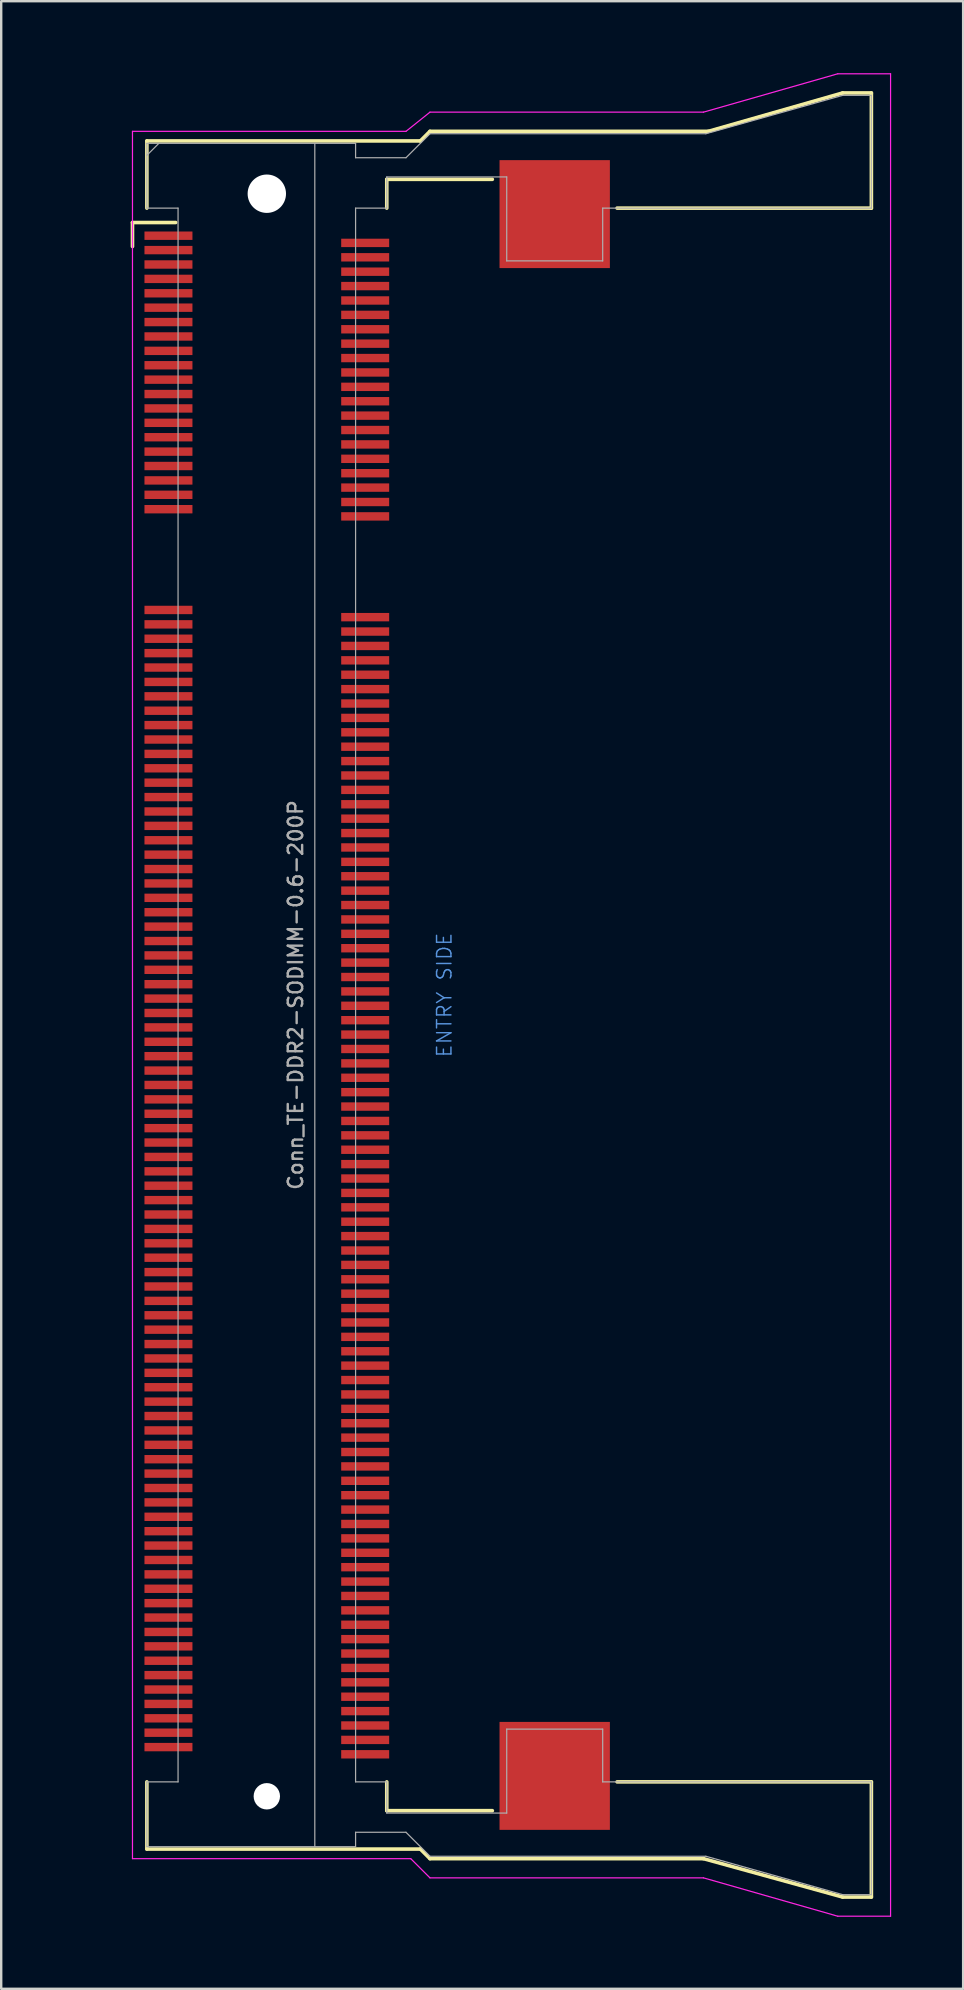
<source format=kicad_pcb>
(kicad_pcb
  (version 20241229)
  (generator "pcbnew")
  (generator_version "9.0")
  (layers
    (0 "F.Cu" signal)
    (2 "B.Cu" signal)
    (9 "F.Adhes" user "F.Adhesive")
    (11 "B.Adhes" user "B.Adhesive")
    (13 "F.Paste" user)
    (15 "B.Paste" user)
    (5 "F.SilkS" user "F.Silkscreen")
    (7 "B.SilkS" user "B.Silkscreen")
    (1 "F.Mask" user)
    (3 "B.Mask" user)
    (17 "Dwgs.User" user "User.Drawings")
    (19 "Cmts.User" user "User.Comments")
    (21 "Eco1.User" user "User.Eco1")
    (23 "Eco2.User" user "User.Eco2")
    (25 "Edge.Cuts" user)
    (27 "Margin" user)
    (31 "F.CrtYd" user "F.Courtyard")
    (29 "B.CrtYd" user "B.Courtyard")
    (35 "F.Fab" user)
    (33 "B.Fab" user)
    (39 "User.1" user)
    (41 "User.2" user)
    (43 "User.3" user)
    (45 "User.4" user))
  (footprint "Conn_TE-DDR2-SODIMM-0.6-200P"
    (layer "F.Cu")
    (at 8.072 38.425)
    (property "Reference" "Conn_TE-DDR2-SODIMM-0.6-200P" (at 1.2 0 90) (layer "F.Fab") (effects (font (size 0.6 0.6) (thickness 0.1))))
    (attr through_hole)
    (fp_line (start -5.6 -32.2) (end -3.8 -32.2) (stroke (width 0.15) (type solid)) (layer "F.SilkS"))
    (fp_line (start -5.6 -31.2) (end -5.6 -32.2) (stroke (width 0.15) (type solid)) (layer "F.SilkS"))
    (fp_line (start -5 -35.6) (end 6.4 -35.6) (stroke (width 0.15) (type solid)) (layer "F.SilkS"))
    (fp_line (start -5 -32.8) (end -5 -35.6) (stroke (width 0.15) (type solid)) (layer "F.SilkS"))
    (fp_line (start -5 32.8) (end -5 35.6) (stroke (width 0.15) (type solid)) (layer "F.SilkS"))
    (fp_line (start -5 35.6) (end 6.4 35.6) (stroke (width 0.15) (type solid)) (layer "F.SilkS"))
    (fp_line (start 5 -34) (end 9.4 -34) (stroke (width 0.15) (type solid)) (layer "F.SilkS"))
    (fp_line (start 5 -32.8) (end 5 -34) (stroke (width 0.15) (type solid)) (layer "F.SilkS"))
    (fp_line (start 5 34) (end 5 32.8) (stroke (width 0.15) (type solid)) (layer "F.SilkS"))
    (fp_line (start 6.4 -35.6) (end 6.8 -36) (stroke (width 0.15) (type solid)) (layer "F.SilkS"))
    (fp_line (start 6.4 35.6) (end 6.8 36) (stroke (width 0.15) (type solid)) (layer "F.SilkS"))
    (fp_line (start 6.8 -36) (end 18.4 -36) (stroke (width 0.15) (type solid)) (layer "F.SilkS"))
    (fp_line (start 6.8 36) (end 18.2 36) (stroke (width 0.15) (type solid)) (layer "F.SilkS"))
    (fp_line (start 9.4 34) (end 5 34) (stroke (width 0.15) (type solid)) (layer "F.SilkS"))
    (fp_line (start 14.6 -32.8) (end 25.2 -32.8) (stroke (width 0.15) (type solid)) (layer "F.SilkS"))
    (fp_line (start 14.6 32.8) (end 25.2 32.8) (stroke (width 0.15) (type solid)) (layer "F.SilkS"))
    (fp_line (start 18.2 36) (end 24 37.6) (stroke (width 0.15) (type solid)) (layer "F.SilkS"))
    (fp_line (start 18.4 -36) (end 24 -37.6) (stroke (width 0.15) (type solid)) (layer "F.SilkS"))
    (fp_line (start 24 -37.6) (end 25.2 -37.6) (stroke (width 0.15) (type solid)) (layer "F.SilkS"))
    (fp_line (start 24 37.6) (end 25.2 37.6) (stroke (width 0.15) (type solid)) (layer "F.SilkS"))
    (fp_line (start 25.2 -37.6) (end 25.2 -32.8) (stroke (width 0.15) (type solid)) (layer "F.SilkS"))
    (fp_line (start 25.2 37.6) (end 25.2 32.8) (stroke (width 0.15) (type solid)) (layer "F.SilkS"))
    (fp_line (start -5.6 -36) (end -5.6 36) (stroke (width 0.05) (type solid)) (layer "F.CrtYd"))
    (fp_line (start -5.6 -36) (end 5.8 -36) (stroke (width 0.05) (type solid)) (layer "F.CrtYd"))
    (fp_line (start -5.6 36) (end 6 36) (stroke (width 0.05) (type solid)) (layer "F.CrtYd"))
    (fp_line (start 6 36) (end 6.8 36.8) (stroke (width 0.05) (type solid)) (layer "F.CrtYd"))
    (fp_line (start 6.8 -36.8) (end 5.8 -36) (stroke (width 0.05) (type solid)) (layer "F.CrtYd"))
    (fp_line (start 6.8 36.8) (end 18.2 36.8) (stroke (width 0.05) (type solid)) (layer "F.CrtYd"))
    (fp_line (start 18.2 -36.8) (end 6.8 -36.8) (stroke (width 0.05) (type solid)) (layer "F.CrtYd"))
    (fp_line (start 18.2 36.8) (end 23.8 38.4) (stroke (width 0.05) (type solid)) (layer "F.CrtYd"))
    (fp_line (start 23.8 -38.4) (end 18.2 -36.8) (stroke (width 0.05) (type solid)) (layer "F.CrtYd"))
    (fp_line (start 23.8 38.4) (end 26 38.4) (stroke (width 0.05) (type solid)) (layer "F.CrtYd"))
    (fp_line (start 26 -38.4) (end 23.8 -38.4) (stroke (width 0.05) (type solid)) (layer "F.CrtYd"))
    (fp_line (start 26 38.4) (end 26 -38.4) (stroke (width 0.05) (type solid)) (layer "F.CrtYd"))
    (fp_line (start -5 -35.5) (end -5 -32.8) (stroke (width 0.05) (type solid)) (layer "F.Fab"))
    (fp_line (start -5 -35.5) (end 2 -35.5) (stroke (width 0.05) (type solid)) (layer "F.Fab"))
    (fp_line (start -5 -35) (end -4.5 -35.5) (stroke (width 0.05) (type solid)) (layer "F.Fab"))
    (fp_line (start -5 -32.8) (end -3.7 -32.8) (stroke (width 0.05) (type solid)) (layer "F.Fab"))
    (fp_line (start -5 32.8) (end -3.7 32.8) (stroke (width 0.05) (type solid)) (layer "F.Fab"))
    (fp_line (start -5 35.5) (end -5 32.8) (stroke (width 0.05) (type solid)) (layer "F.Fab"))
    (fp_line (start -3.7 32.8) (end -3.7 -32.8) (stroke (width 0.05) (type solid)) (layer "F.Fab"))
    (fp_line (start 2 -35.5) (end 2 35.5) (stroke (width 0.05) (type solid)) (layer "F.Fab"))
    (fp_line (start 2 35.5) (end -5 35.5) (stroke (width 0.05) (type solid)) (layer "F.Fab"))
    (fp_line (start 3.7 -35.5) (end 2 -35.5) (stroke (width 0.05) (type solid)) (layer "F.Fab"))
    (fp_line (start 3.7 -35.5) (end 3.7 -34.9) (stroke (width 0.05) (type solid)) (layer "F.Fab"))
    (fp_line (start 3.7 -32.8) (end 3.7 32.8) (stroke (width 0.05) (type solid)) (layer "F.Fab"))
    (fp_line (start 3.7 -32.8) (end 5 -32.8) (stroke (width 0.05) (type solid)) (layer "F.Fab"))
    (fp_line (start 3.7 34.9) (end 3.7 35.5) (stroke (width 0.05) (type solid)) (layer "F.Fab"))
    (fp_line (start 3.7 34.9) (end 5.8 34.9) (stroke (width 0.05) (type solid)) (layer "F.Fab"))
    (fp_line (start 3.7 35.5) (end 2 35.5) (stroke (width 0.05) (type solid)) (layer "F.Fab"))
    (fp_line (start 5 -34.1) (end 10 -34.1) (stroke (width 0.05) (type solid)) (layer "F.Fab"))
    (fp_line (start 5 -32.8) (end 5 -34.1) (stroke (width 0.05) (type solid)) (layer "F.Fab"))
    (fp_line (start 5 32.8) (end 3.7 32.8) (stroke (width 0.05) (type solid)) (layer "F.Fab"))
    (fp_line (start 5 34.1) (end 5 32.8) (stroke (width 0.05) (type solid)) (layer "F.Fab"))
    (fp_line (start 5 34.1) (end 10 34.1) (stroke (width 0.05) (type solid)) (layer "F.Fab"))
    (fp_line (start 5.8 -34.9) (end 3.7 -34.9) (stroke (width 0.05) (type solid)) (layer "F.Fab"))
    (fp_line (start 5.8 -34.9) (end 6.8 -35.9) (stroke (width 0.05) (type solid)) (layer "F.Fab"))
    (fp_line (start 5.8 34.9) (end 6.8 35.9) (stroke (width 0.05) (type solid)) (layer "F.Fab"))
    (fp_line (start 6.8 -35.9) (end 18.3 -35.9) (stroke (width 0.05) (type solid)) (layer "F.Fab"))
    (fp_line (start 10 -34.1) (end 10 -30.6) (stroke (width 0.05) (type solid)) (layer "F.Fab"))
    (fp_line (start 10 -30.6) (end 14 -30.6) (stroke (width 0.05) (type solid)) (layer "F.Fab"))
    (fp_line (start 10 30.6) (end 14 30.6) (stroke (width 0.05) (type solid)) (layer "F.Fab"))
    (fp_line (start 10 34.1) (end 10 30.6) (stroke (width 0.05) (type solid)) (layer "F.Fab"))
    (fp_line (start 14 -32.8) (end 25.2 -32.8) (stroke (width 0.05) (type solid)) (layer "F.Fab"))
    (fp_line (start 14 -30.6) (end 14 -32.8) (stroke (width 0.05) (type solid)) (layer "F.Fab"))
    (fp_line (start 14 30.6) (end 14 32.8) (stroke (width 0.05) (type solid)) (layer "F.Fab"))
    (fp_line (start 14 32.8) (end 25.2 32.8) (stroke (width 0.05) (type solid)) (layer "F.Fab"))
    (fp_line (start 18.3 35.9) (end 6.8 35.9) (stroke (width 0.05) (type solid)) (layer "F.Fab"))
    (fp_line (start 18.3 35.9) (end 24 37.5) (stroke (width 0.05) (type solid)) (layer "F.Fab"))
    (fp_line (start 24 -37.5) (end 18.3 -35.9) (stroke (width 0.05) (type solid)) (layer "F.Fab"))
    (fp_line (start 25.2 -37.5) (end 24 -37.5) (stroke (width 0.05) (type solid)) (layer "F.Fab"))
    (fp_line (start 25.2 -32.8) (end 25.2 -37.5) (stroke (width 0.05) (type solid)) (layer "F.Fab"))
    (fp_line (start 25.2 37.5) (end 24 37.5) (stroke (width 0.05) (type solid)) (layer "F.Fab"))
    (fp_line (start 25.2 37.5) (end 25.2 32.8) (stroke (width 0.05) (type solid)) (layer "F.Fab"))
    (fp_text user "ENTRY SIDE" (at 7.4 0 90) (layer "Cmts.User") (effects (font (size 0.6 0.6) (thickness 0.06))))
    (fp_text user "${REFERENCE}" (at -4 -35 0) (layer "Eco1.User") (effects (font (size 0.3 0.3) (thickness 0.03))))
    (pad "" np_thru_hole circle (at 0 -33.4) (size 1.6 1.6) (drill 1.6) (layers "*.Cu"))
    (pad "" np_thru_hole circle (at 0 33.4) (size 1.1 1.1) (drill 1.1) (layers "*.Cu"))
    (pad "" smd rect (at 12 -32.55) (size 4.6 4.5) (layers "F.Cu" "F.Mask" "F.Paste"))
    (pad "" smd rect (at 12 32.55) (size 4.6 4.5) (layers "F.Cu" "F.Mask" "F.Paste"))
    (pad "1" smd rect (at -4.1 -31.65) (size 2 0.35) (layers "F.Cu" "F.Mask" "F.Paste"))
    (pad "2" smd rect (at 4.1 -31.35) (size 2 0.35) (layers "F.Cu" "F.Mask" "F.Paste"))
    (pad "3" smd rect (at -4.1 -31.05) (size 2 0.35) (layers "F.Cu" "F.Mask" "F.Paste"))
    (pad "4" smd rect (at 4.1 -30.75) (size 2 0.35) (layers "F.Cu" "F.Mask" "F.Paste"))
    (pad "5" smd rect (at -4.1 -30.45) (size 2 0.35) (layers "F.Cu" "F.Mask" "F.Paste"))
    (pad "6" smd rect (at 4.1 -30.15) (size 2 0.35) (layers "F.Cu" "F.Mask" "F.Paste"))
    (pad "7" smd rect (at -4.1 -29.85) (size 2 0.35) (layers "F.Cu" "F.Mask" "F.Paste"))
    (pad "8" smd rect (at 4.1 -29.55) (size 2 0.35) (layers "F.Cu" "F.Mask" "F.Paste"))
    (pad "9" smd rect (at -4.1 -29.25) (size 2 0.35) (layers "F.Cu" "F.Mask" "F.Paste"))
    (pad "10" smd rect (at 4.1 -28.95) (size 2 0.35) (layers "F.Cu" "F.Mask" "F.Paste"))
    (pad "11" smd rect (at -4.1 -28.65) (size 2 0.35) (layers "F.Cu" "F.Mask" "F.Paste"))
    (pad "12" smd rect (at 4.1 -28.35) (size 2 0.35) (layers "F.Cu" "F.Mask" "F.Paste"))
    (pad "13" smd rect (at -4.1 -28.05) (size 2 0.35) (layers "F.Cu" "F.Mask" "F.Paste"))
    (pad "14" smd rect (at 4.1 -27.75) (size 2 0.35) (layers "F.Cu" "F.Mask" "F.Paste"))
    (pad "15" smd rect (at -4.1 -27.45) (size 2 0.35) (layers "F.Cu" "F.Mask" "F.Paste"))
    (pad "16" smd rect (at 4.1 -27.15) (size 2 0.35) (layers "F.Cu" "F.Mask" "F.Paste"))
    (pad "17" smd rect (at -4.1 -26.85) (size 2 0.35) (layers "F.Cu" "F.Mask" "F.Paste"))
    (pad "18" smd rect (at 4.1 -26.55) (size 2 0.35) (layers "F.Cu" "F.Mask" "F.Paste"))
    (pad "19" smd rect (at -4.1 -26.25) (size 2 0.35) (layers "F.Cu" "F.Mask" "F.Paste"))
    (pad "20" smd rect (at 4.1 -25.95) (size 2 0.35) (layers "F.Cu" "F.Mask" "F.Paste"))
    (pad "21" smd rect (at -4.1 -25.65) (size 2 0.35) (layers "F.Cu" "F.Mask" "F.Paste"))
    (pad "22" smd rect (at 4.1 -25.35) (size 2 0.35) (layers "F.Cu" "F.Mask" "F.Paste"))
    (pad "23" smd rect (at -4.1 -25.05) (size 2 0.35) (layers "F.Cu" "F.Mask" "F.Paste"))
    (pad "24" smd rect (at 4.1 -24.75) (size 2 0.35) (layers "F.Cu" "F.Mask" "F.Paste"))
    (pad "25" smd rect (at -4.1 -24.45) (size 2 0.35) (layers "F.Cu" "F.Mask" "F.Paste"))
    (pad "26" smd rect (at 4.1 -24.15) (size 2 0.35) (layers "F.Cu" "F.Mask" "F.Paste"))
    (pad "27" smd rect (at -4.1 -23.85) (size 2 0.35) (layers "F.Cu" "F.Mask" "F.Paste"))
    (pad "28" smd rect (at 4.1 -23.55) (size 2 0.35) (layers "F.Cu" "F.Mask" "F.Paste"))
    (pad "29" smd rect (at -4.1 -23.25) (size 2 0.35) (layers "F.Cu" "F.Mask" "F.Paste"))
    (pad "30" smd rect (at 4.1 -22.95) (size 2 0.35) (layers "F.Cu" "F.Mask" "F.Paste"))
    (pad "31" smd rect (at -4.1 -22.65) (size 2 0.35) (layers "F.Cu" "F.Mask" "F.Paste"))
    (pad "32" smd rect (at 4.1 -22.35) (size 2 0.35) (layers "F.Cu" "F.Mask" "F.Paste"))
    (pad "33" smd rect (at -4.1 -22.05) (size 2 0.35) (layers "F.Cu" "F.Mask" "F.Paste"))
    (pad "34" smd rect (at 4.1 -21.75) (size 2 0.35) (layers "F.Cu" "F.Mask" "F.Paste"))
    (pad "35" smd rect (at -4.1 -21.45) (size 2 0.35) (layers "F.Cu" "F.Mask" "F.Paste"))
    (pad "36" smd rect (at 4.1 -21.15) (size 2 0.35) (layers "F.Cu" "F.Mask" "F.Paste"))
    (pad "37" smd rect (at -4.1 -20.85) (size 2 0.35) (layers "F.Cu" "F.Mask" "F.Paste"))
    (pad "38" smd rect (at 4.1 -20.55) (size 2 0.35) (layers "F.Cu" "F.Mask" "F.Paste"))
    (pad "39" smd rect (at -4.1 -20.25) (size 2 0.35) (layers "F.Cu" "F.Mask" "F.Paste"))
    (pad "40" smd rect (at 4.1 -19.95) (size 2 0.35) (layers "F.Cu" "F.Mask" "F.Paste"))
    (pad "41" smd rect (at -4.1 -16.05) (size 2 0.35) (layers "F.Cu" "F.Mask" "F.Paste"))
    (pad "42" smd rect (at 4.1 -15.75) (size 2 0.35) (layers "F.Cu" "F.Mask" "F.Paste"))
    (pad "43" smd rect (at -4.1 -15.45) (size 2 0.35) (layers "F.Cu" "F.Mask" "F.Paste"))
    (pad "44" smd rect (at 4.1 -15.15) (size 2 0.35) (layers "F.Cu" "F.Mask" "F.Paste"))
    (pad "45" smd rect (at -4.1 -14.85) (size 2 0.35) (layers "F.Cu" "F.Mask" "F.Paste"))
    (pad "46" smd rect (at 4.1 -14.55) (size 2 0.35) (layers "F.Cu" "F.Mask" "F.Paste"))
    (pad "47" smd rect (at -4.1 -14.25) (size 2 0.35) (layers "F.Cu" "F.Mask" "F.Paste"))
    (pad "48" smd rect (at 4.1 -13.95) (size 2 0.35) (layers "F.Cu" "F.Mask" "F.Paste"))
    (pad "49" smd rect (at -4.1 -13.65) (size 2 0.35) (layers "F.Cu" "F.Mask" "F.Paste"))
    (pad "50" smd rect (at 4.1 -13.35) (size 2 0.35) (layers "F.Cu" "F.Mask" "F.Paste"))
    (pad "51" smd rect (at -4.1 -13.05) (size 2 0.35) (layers "F.Cu" "F.Mask" "F.Paste"))
    (pad "52" smd rect (at 4.1 -12.75) (size 2 0.35) (layers "F.Cu" "F.Mask" "F.Paste"))
    (pad "53" smd rect (at -4.1 -12.45) (size 2 0.35) (layers "F.Cu" "F.Mask" "F.Paste"))
    (pad "54" smd rect (at 4.1 -12.15) (size 2 0.35) (layers "F.Cu" "F.Mask" "F.Paste"))
    (pad "55" smd rect (at -4.1 -11.85) (size 2 0.35) (layers "F.Cu" "F.Mask" "F.Paste"))
    (pad "56" smd rect (at 4.1 -11.55) (size 2 0.35) (layers "F.Cu" "F.Mask" "F.Paste"))
    (pad "57" smd rect (at -4.1 -11.25) (size 2 0.35) (layers "F.Cu" "F.Mask" "F.Paste"))
    (pad "58" smd rect (at 4.1 -10.95) (size 2 0.35) (layers "F.Cu" "F.Mask" "F.Paste"))
    (pad "59" smd rect (at -4.1 -10.65) (size 2 0.35) (layers "F.Cu" "F.Mask" "F.Paste"))
    (pad "60" smd rect (at 4.1 -10.35) (size 2 0.35) (layers "F.Cu" "F.Mask" "F.Paste"))
    (pad "61" smd rect (at -4.1 -10.05) (size 2 0.35) (layers "F.Cu" "F.Mask" "F.Paste"))
    (pad "62" smd rect (at 4.1 -9.75) (size 2 0.35) (layers "F.Cu" "F.Mask" "F.Paste"))
    (pad "63" smd rect (at -4.1 -9.45) (size 2 0.35) (layers "F.Cu" "F.Mask" "F.Paste"))
    (pad "64" smd rect (at 4.1 -9.15) (size 2 0.35) (layers "F.Cu" "F.Mask" "F.Paste"))
    (pad "65" smd rect (at -4.1 -8.85) (size 2 0.35) (layers "F.Cu" "F.Mask" "F.Paste"))
    (pad "66" smd rect (at 4.1 -8.55) (size 2 0.35) (layers "F.Cu" "F.Mask" "F.Paste"))
    (pad "67" smd rect (at -4.1 -8.25) (size 2 0.35) (layers "F.Cu" "F.Mask" "F.Paste"))
    (pad "68" smd rect (at 4.1 -7.95) (size 2 0.35) (layers "F.Cu" "F.Mask" "F.Paste"))
    (pad "69" smd rect (at -4.1 -7.65) (size 2 0.35) (layers "F.Cu" "F.Mask" "F.Paste"))
    (pad "70" smd rect (at 4.1 -7.35) (size 2 0.35) (layers "F.Cu" "F.Mask" "F.Paste"))
    (pad "71" smd rect (at -4.1 -7.05) (size 2 0.35) (layers "F.Cu" "F.Mask" "F.Paste"))
    (pad "72" smd rect (at 4.1 -6.75) (size 2 0.35) (layers "F.Cu" "F.Mask" "F.Paste"))
    (pad "73" smd rect (at -4.1 -6.45) (size 2 0.35) (layers "F.Cu" "F.Mask" "F.Paste"))
    (pad "74" smd rect (at 4.1 -6.15) (size 2 0.35) (layers "F.Cu" "F.Mask" "F.Paste"))
    (pad "75" smd rect (at -4.1 -5.85) (size 2 0.35) (layers "F.Cu" "F.Mask" "F.Paste"))
    (pad "76" smd rect (at 4.1 -5.55) (size 2 0.35) (layers "F.Cu" "F.Mask" "F.Paste"))
    (pad "77" smd rect (at -4.1 -5.25) (size 2 0.35) (layers "F.Cu" "F.Mask" "F.Paste"))
    (pad "78" smd rect (at 4.1 -4.95) (size 2 0.35) (layers "F.Cu" "F.Mask" "F.Paste"))
    (pad "79" smd rect (at -4.1 -4.65) (size 2 0.35) (layers "F.Cu" "F.Mask" "F.Paste"))
    (pad "80" smd rect (at 4.1 -4.35) (size 2 0.35) (layers "F.Cu" "F.Mask" "F.Paste"))
    (pad "81" smd rect (at -4.1 -4.05) (size 2 0.35) (layers "F.Cu" "F.Mask" "F.Paste"))
    (pad "82" smd rect (at 4.1 -3.75) (size 2 0.35) (layers "F.Cu" "F.Mask" "F.Paste"))
    (pad "83" smd rect (at -4.1 -3.45) (size 2 0.35) (layers "F.Cu" "F.Mask" "F.Paste"))
    (pad "84" smd rect (at 4.1 -3.15) (size 2 0.35) (layers "F.Cu" "F.Mask" "F.Paste"))
    (pad "85" smd rect (at -4.1 -2.85) (size 2 0.35) (layers "F.Cu" "F.Mask" "F.Paste"))
    (pad "86" smd rect (at 4.1 -2.55) (size 2 0.35) (layers "F.Cu" "F.Mask" "F.Paste"))
    (pad "87" smd rect (at -4.1 -2.25) (size 2 0.35) (layers "F.Cu" "F.Mask" "F.Paste"))
    (pad "88" smd rect (at 4.1 -1.95) (size 2 0.35) (layers "F.Cu" "F.Mask" "F.Paste"))
    (pad "89" smd rect (at -4.1 -1.65) (size 2 0.35) (layers "F.Cu" "F.Mask" "F.Paste"))
    (pad "90" smd rect (at 4.1 -1.35) (size 2 0.35) (layers "F.Cu" "F.Mask" "F.Paste"))
    (pad "91" smd rect (at -4.1 -1.05) (size 2 0.35) (layers "F.Cu" "F.Mask" "F.Paste"))
    (pad "92" smd rect (at 4.1 -0.75) (size 2 0.35) (layers "F.Cu" "F.Mask" "F.Paste"))
    (pad "93" smd rect (at -4.1 -0.45) (size 2 0.35) (layers "F.Cu" "F.Mask" "F.Paste"))
    (pad "94" smd rect (at 4.1 -0.15) (size 2 0.35) (layers "F.Cu" "F.Mask" "F.Paste"))
    (pad "95" smd rect (at -4.1 0.15) (size 2 0.35) (layers "F.Cu" "F.Mask" "F.Paste"))
    (pad "96" smd rect (at 4.1 0.45) (size 2 0.35) (layers "F.Cu" "F.Mask" "F.Paste"))
    (pad "97" smd rect (at -4.1 0.75) (size 2 0.35) (layers "F.Cu" "F.Mask" "F.Paste"))
    (pad "98" smd rect (at 4.1 1.05) (size 2 0.35) (layers "F.Cu" "F.Mask" "F.Paste"))
    (pad "99" smd rect (at -4.1 1.35) (size 2 0.35) (layers "F.Cu" "F.Mask" "F.Paste"))
    (pad "100" smd rect (at 4.1 1.65) (size 2 0.35) (layers "F.Cu" "F.Mask" "F.Paste"))
    (pad "101" smd rect (at -4.1 1.95) (size 2 0.35) (layers "F.Cu" "F.Mask" "F.Paste"))
    (pad "102" smd rect (at 4.1 2.25) (size 2 0.35) (layers "F.Cu" "F.Mask" "F.Paste"))
    (pad "103" smd rect (at -4.1 2.55) (size 2 0.35) (layers "F.Cu" "F.Mask" "F.Paste"))
    (pad "104" smd rect (at 4.1 2.85) (size 2 0.35) (layers "F.Cu" "F.Mask" "F.Paste"))
    (pad "105" smd rect (at -4.1 3.15) (size 2 0.35) (layers "F.Cu" "F.Mask" "F.Paste"))
    (pad "106" smd rect (at 4.1 3.45) (size 2 0.35) (layers "F.Cu" "F.Mask" "F.Paste"))
    (pad "107" smd rect (at -4.1 3.75) (size 2 0.35) (layers "F.Cu" "F.Mask" "F.Paste"))
    (pad "108" smd rect (at 4.1 4.05) (size 2 0.35) (layers "F.Cu" "F.Mask" "F.Paste"))
    (pad "109" smd rect (at -4.1 4.35) (size 2 0.35) (layers "F.Cu" "F.Mask" "F.Paste"))
    (pad "110" smd rect (at 4.1 4.65) (size 2 0.35) (layers "F.Cu" "F.Mask" "F.Paste"))
    (pad "111" smd rect (at -4.1 4.95) (size 2 0.35) (layers "F.Cu" "F.Mask" "F.Paste"))
    (pad "112" smd rect (at 4.1 5.25) (size 2 0.35) (layers "F.Cu" "F.Mask" "F.Paste"))
    (pad "113" smd rect (at -4.1 5.55) (size 2 0.35) (layers "F.Cu" "F.Mask" "F.Paste"))
    (pad "114" smd rect (at 4.1 5.85) (size 2 0.35) (layers "F.Cu" "F.Mask" "F.Paste"))
    (pad "115" smd rect (at -4.1 6.15) (size 2 0.35) (layers "F.Cu" "F.Mask" "F.Paste"))
    (pad "116" smd rect (at 4.1 6.45) (size 2 0.35) (layers "F.Cu" "F.Mask" "F.Paste"))
    (pad "117" smd rect (at -4.1 6.75) (size 2 0.35) (layers "F.Cu" "F.Mask" "F.Paste"))
    (pad "118" smd rect (at 4.1 7.05) (size 2 0.35) (layers "F.Cu" "F.Mask" "F.Paste"))
    (pad "119" smd rect (at -4.1 7.35) (size 2 0.35) (layers "F.Cu" "F.Mask" "F.Paste"))
    (pad "120" smd rect (at 4.1 7.65) (size 2 0.35) (layers "F.Cu" "F.Mask" "F.Paste"))
    (pad "121" smd rect (at -4.1 7.95) (size 2 0.35) (layers "F.Cu" "F.Mask" "F.Paste"))
    (pad "122" smd rect (at 4.1 8.25) (size 2 0.35) (layers "F.Cu" "F.Mask" "F.Paste"))
    (pad "123" smd rect (at -4.1 8.55) (size 2 0.35) (layers "F.Cu" "F.Mask" "F.Paste"))
    (pad "124" smd rect (at 4.1 8.85) (size 2 0.35) (layers "F.Cu" "F.Mask" "F.Paste"))
    (pad "125" smd rect (at -4.1 9.15) (size 2 0.35) (layers "F.Cu" "F.Mask" "F.Paste"))
    (pad "126" smd rect (at 4.1 9.45) (size 2 0.35) (layers "F.Cu" "F.Mask" "F.Paste"))
    (pad "127" smd rect (at -4.1 9.75) (size 2 0.35) (layers "F.Cu" "F.Mask" "F.Paste"))
    (pad "128" smd rect (at 4.1 10.05) (size 2 0.35) (layers "F.Cu" "F.Mask" "F.Paste"))
    (pad "129" smd rect (at -4.1 10.35) (size 2 0.35) (layers "F.Cu" "F.Mask" "F.Paste"))
    (pad "130" smd rect (at 4.1 10.65) (size 2 0.35) (layers "F.Cu" "F.Mask" "F.Paste"))
    (pad "131" smd rect (at -4.1 10.95) (size 2 0.35) (layers "F.Cu" "F.Mask" "F.Paste"))
    (pad "132" smd rect (at 4.1 11.25) (size 2 0.35) (layers "F.Cu" "F.Mask" "F.Paste"))
    (pad "133" smd rect (at -4.1 11.55) (size 2 0.35) (layers "F.Cu" "F.Mask" "F.Paste"))
    (pad "134" smd rect (at 4.1 11.85) (size 2 0.35) (layers "F.Cu" "F.Mask" "F.Paste"))
    (pad "135" smd rect (at -4.1 12.15) (size 2 0.35) (layers "F.Cu" "F.Mask" "F.Paste"))
    (pad "136" smd rect (at 4.1 12.45) (size 2 0.35) (layers "F.Cu" "F.Mask" "F.Paste"))
    (pad "137" smd rect (at -4.1 12.75) (size 2 0.35) (layers "F.Cu" "F.Mask" "F.Paste"))
    (pad "138" smd rect (at 4.1 13.05) (size 2 0.35) (layers "F.Cu" "F.Mask" "F.Paste"))
    (pad "139" smd rect (at -4.1 13.35) (size 2 0.35) (layers "F.Cu" "F.Mask" "F.Paste"))
    (pad "140" smd rect (at 4.1 13.65) (size 2 0.35) (layers "F.Cu" "F.Mask" "F.Paste"))
    (pad "141" smd rect (at -4.1 13.95) (size 2 0.35) (layers "F.Cu" "F.Mask" "F.Paste"))
    (pad "142" smd rect (at 4.1 14.25) (size 2 0.35) (layers "F.Cu" "F.Mask" "F.Paste"))
    (pad "143" smd rect (at -4.1 14.55) (size 2 0.35) (layers "F.Cu" "F.Mask" "F.Paste"))
    (pad "144" smd rect (at 4.1 14.85) (size 2 0.35) (layers "F.Cu" "F.Mask" "F.Paste"))
    (pad "145" smd rect (at -4.1 15.15) (size 2 0.35) (layers "F.Cu" "F.Mask" "F.Paste"))
    (pad "146" smd rect (at 4.1 15.45) (size 2 0.35) (layers "F.Cu" "F.Mask" "F.Paste"))
    (pad "147" smd rect (at -4.1 15.75) (size 2 0.35) (layers "F.Cu" "F.Mask" "F.Paste"))
    (pad "148" smd rect (at 4.1 16.05) (size 2 0.35) (layers "F.Cu" "F.Mask" "F.Paste"))
    (pad "149" smd rect (at -4.1 16.35) (size 2 0.35) (layers "F.Cu" "F.Mask" "F.Paste"))
    (pad "150" smd rect (at 4.1 16.65) (size 2 0.35) (layers "F.Cu" "F.Mask" "F.Paste"))
    (pad "151" smd rect (at -4.1 16.95) (size 2 0.35) (layers "F.Cu" "F.Mask" "F.Paste"))
    (pad "152" smd rect (at 4.1 17.25) (size 2 0.35) (layers "F.Cu" "F.Mask" "F.Paste"))
    (pad "153" smd rect (at -4.1 17.55) (size 2 0.35) (layers "F.Cu" "F.Mask" "F.Paste"))
    (pad "154" smd rect (at 4.1 17.85) (size 2 0.35) (layers "F.Cu" "F.Mask" "F.Paste"))
    (pad "155" smd rect (at -4.1 18.15) (size 2 0.35) (layers "F.Cu" "F.Mask" "F.Paste"))
    (pad "156" smd rect (at 4.1 18.45) (size 2 0.35) (layers "F.Cu" "F.Mask" "F.Paste"))
    (pad "157" smd rect (at -4.1 18.75) (size 2 0.35) (layers "F.Cu" "F.Mask" "F.Paste"))
    (pad "158" smd rect (at 4.1 19.05) (size 2 0.35) (layers "F.Cu" "F.Mask" "F.Paste"))
    (pad "159" smd rect (at -4.1 19.35) (size 2 0.35) (layers "F.Cu" "F.Mask" "F.Paste"))
    (pad "160" smd rect (at 4.1 19.65) (size 2 0.35) (layers "F.Cu" "F.Mask" "F.Paste"))
    (pad "161" smd rect (at -4.1 19.95) (size 2 0.35) (layers "F.Cu" "F.Mask" "F.Paste"))
    (pad "162" smd rect (at 4.1 20.25) (size 2 0.35) (layers "F.Cu" "F.Mask" "F.Paste"))
    (pad "163" smd rect (at -4.1 20.55) (size 2 0.35) (layers "F.Cu" "F.Mask" "F.Paste"))
    (pad "164" smd rect (at 4.1 20.85) (size 2 0.35) (layers "F.Cu" "F.Mask" "F.Paste"))
    (pad "165" smd rect (at -4.1 21.15) (size 2 0.35) (layers "F.Cu" "F.Mask" "F.Paste"))
    (pad "166" smd rect (at 4.1 21.45) (size 2 0.35) (layers "F.Cu" "F.Mask" "F.Paste"))
    (pad "167" smd rect (at -4.1 21.75) (size 2 0.35) (layers "F.Cu" "F.Mask" "F.Paste"))
    (pad "168" smd rect (at 4.1 22.05) (size 2 0.35) (layers "F.Cu" "F.Mask" "F.Paste"))
    (pad "169" smd rect (at -4.1 22.35) (size 2 0.35) (layers "F.Cu" "F.Mask" "F.Paste"))
    (pad "170" smd rect (at 4.1 22.65) (size 2 0.35) (layers "F.Cu" "F.Mask" "F.Paste"))
    (pad "171" smd rect (at -4.1 22.95) (size 2 0.35) (layers "F.Cu" "F.Mask" "F.Paste"))
    (pad "172" smd rect (at 4.1 23.25) (size 2 0.35) (layers "F.Cu" "F.Mask" "F.Paste"))
    (pad "173" smd rect (at -4.1 23.55) (size 2 0.35) (layers "F.Cu" "F.Mask" "F.Paste"))
    (pad "174" smd rect (at 4.1 23.85) (size 2 0.35) (layers "F.Cu" "F.Mask" "F.Paste"))
    (pad "175" smd rect (at -4.1 24.15) (size 2 0.35) (layers "F.Cu" "F.Mask" "F.Paste"))
    (pad "176" smd rect (at 4.1 24.45) (size 2 0.35) (layers "F.Cu" "F.Mask" "F.Paste"))
    (pad "177" smd rect (at -4.1 24.75) (size 2 0.35) (layers "F.Cu" "F.Mask" "F.Paste"))
    (pad "178" smd rect (at 4.1 25.05) (size 2 0.35) (layers "F.Cu" "F.Mask" "F.Paste"))
    (pad "179" smd rect (at -4.1 25.35) (size 2 0.35) (layers "F.Cu" "F.Mask" "F.Paste"))
    (pad "180" smd rect (at 4.1 25.65) (size 2 0.35) (layers "F.Cu" "F.Mask" "F.Paste"))
    (pad "181" smd rect (at -4.1 25.95) (size 2 0.35) (layers "F.Cu" "F.Mask" "F.Paste"))
    (pad "182" smd rect (at 4.1 26.25) (size 2 0.35) (layers "F.Cu" "F.Mask" "F.Paste"))
    (pad "183" smd rect (at -4.1 26.55) (size 2 0.35) (layers "F.Cu" "F.Mask" "F.Paste"))
    (pad "184" smd rect (at 4.1 26.85) (size 2 0.35) (layers "F.Cu" "F.Mask" "F.Paste"))
    (pad "185" smd rect (at -4.1 27.15) (size 2 0.35) (layers "F.Cu" "F.Mask" "F.Paste"))
    (pad "186" smd rect (at 4.1 27.45) (size 2 0.35) (layers "F.Cu" "F.Mask" "F.Paste"))
    (pad "187" smd rect (at -4.1 27.75) (size 2 0.35) (layers "F.Cu" "F.Mask" "F.Paste"))
    (pad "188" smd rect (at 4.1 28.05) (size 2 0.35) (layers "F.Cu" "F.Mask" "F.Paste"))
    (pad "189" smd rect (at -4.1 28.35) (size 2 0.35) (layers "F.Cu" "F.Mask" "F.Paste"))
    (pad "190" smd rect (at 4.1 28.65) (size 2 0.35) (layers "F.Cu" "F.Mask" "F.Paste"))
    (pad "191" smd rect (at -4.1 28.95) (size 2 0.35) (layers "F.Cu" "F.Mask" "F.Paste"))
    (pad "192" smd rect (at 4.1 29.25) (size 2 0.35) (layers "F.Cu" "F.Mask" "F.Paste"))
    (pad "193" smd rect (at -4.1 29.55) (size 2 0.35) (layers "F.Cu" "F.Mask" "F.Paste"))
    (pad "194" smd rect (at 4.1 29.85) (size 2 0.35) (layers "F.Cu" "F.Mask" "F.Paste"))
    (pad "195" smd rect (at -4.1 30.15) (size 2 0.35) (layers "F.Cu" "F.Mask" "F.Paste"))
    (pad "196" smd rect (at 4.1 30.45) (size 2 0.35) (layers "F.Cu" "F.Mask" "F.Paste"))
    (pad "197" smd rect (at -4.1 30.75) (size 2 0.35) (layers "F.Cu" "F.Mask" "F.Paste"))
    (pad "198" smd rect (at 4.1 31.05) (size 2 0.35) (layers "F.Cu" "F.Mask" "F.Paste"))
    (pad "199" smd rect (at -4.1 31.35) (size 2 0.35) (layers "F.Cu" "F.Mask" "F.Paste"))
    (pad "200" smd rect (at 4.1 31.65) (size 2 0.35) (layers "F.Cu" "F.Mask" "F.Paste")))
  (gr_rect
    (start -3 -3)
    (end 37.097 79.85)
    (stroke (width 0.1) (type default))
    (fill no)
    (layer "Edge.Cuts")))
</source>
